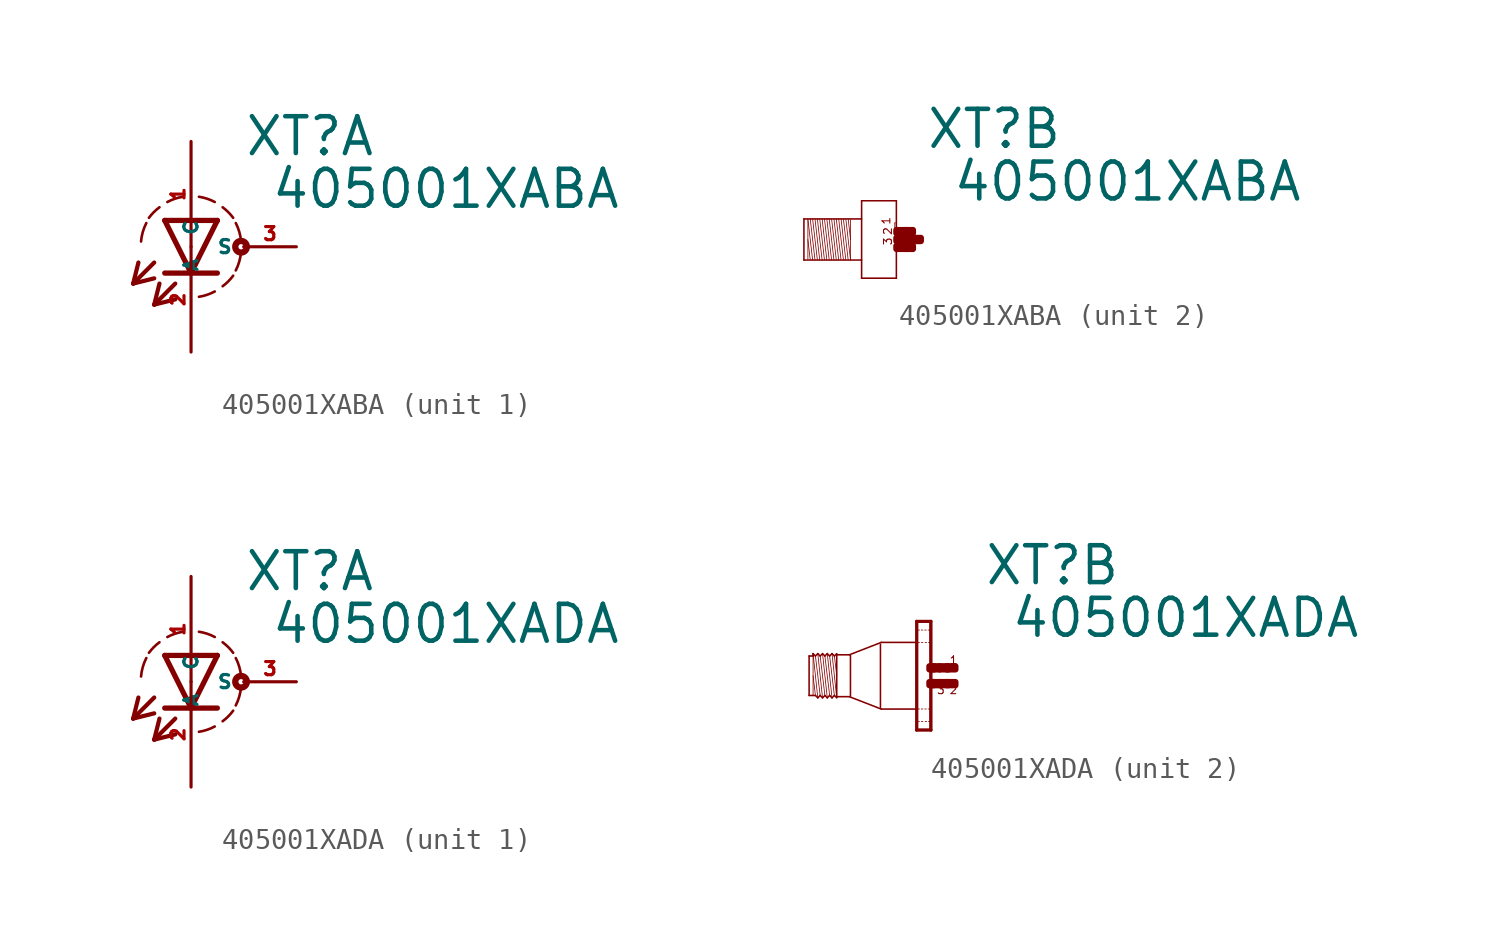
<source format=kicad_sym>
(kicad_symbol_lib
  (version 20220914)
  (generator Eagle2Kicad)
  (symbol "405001XABA"
    (property "Reference" "XT"
      (at 2.54 4.293 0)
      (effects (font (size 1.778 1.778) (thickness 0.22)) (justify left bottom)))
    (property "Value" "405001XABA"
      (at 3.81 1.753 0)
      (effects (font (size 1.778 1.778) (thickness 0.22)) (justify left bottom)))
    (symbol "405001XABA_1_0"
      (polyline (pts (xy -1.27 1.27) (xy 0 -1.27)) (stroke (width 0.254) (type default)) (fill (type none)))
      (polyline (pts (xy 0 -1.27) (xy 1.27 1.27)) (stroke (width 0.254) (type default)) (fill (type none)))
      (polyline (pts (xy 1.27 -1.27) (xy 0 -1.27)) (stroke (width 0.254) (type default)) (fill (type none)))
      (polyline (pts (xy 1.27 1.27) (xy -1.27 1.27)) (stroke (width 0.254) (type default)) (fill (type none)))
      (polyline (pts (xy 0 -1.27) (xy -1.27 -1.27)) (stroke (width 0.254) (type default)) (fill (type none)))
      (polyline (pts (xy -1.778 -0.762) (xy -2.794 -1.778)) (stroke (width 0.203) (type default)) (fill (type none)))
      (polyline (pts (xy -2.794 -1.778) (xy -1.778 -1.524)) (stroke (width 0.203) (type default)) (fill (type none)))
      (polyline (pts (xy -2.794 -1.778) (xy -2.54 -0.762)) (stroke (width 0.203) (type default)) (fill (type none)))
      (polyline (pts (xy -0.762 -1.778) (xy -1.778 -2.794)) (stroke (width 0.203) (type default)) (fill (type none)))
      (polyline (pts (xy -1.778 -2.794) (xy -0.762 -2.54)) (stroke (width 0.203) (type default)) (fill (type none)))
      (polyline (pts (xy -1.778 -2.794) (xy -1.524 -1.778)) (stroke (width 0.203) (type default)) (fill (type none)))
      (arc (start 0.381 -2.413) (mid 0.773 -2.318) (end 1.143 -2.159) (stroke (width 0.127) (type default)) (fill (type none)))
      (arc (start 2.159 -1.143) (mid 2.329 -0.711) (end 2.413 -0.254) (stroke (width 0.127) (type default)) (fill (type none)))
      (arc (start 2.413 0.254) (mid 2.329 0.711) (end 2.159 1.143) (stroke (width 0.127) (type default)) (fill (type none)))
      (arc (start 2.032 1.397) (mid 1.797 1.670) (end 1.524 1.905) (stroke (width 0.127) (type default)) (fill (type none)))
      (arc (start 1.143 2.159) (mid 0.773 2.318) (end 0.381 2.413) (stroke (width 0.127) (type default)) (fill (type none)))
      (arc (start 1.524 -1.905) (mid 1.797 -1.670) (end 2.032 -1.397) (stroke (width 0.127) (type default)) (fill (type none)))
      (arc (start -0.381 2.413) (mid -0.773 2.318) (end -1.143 2.159) (stroke (width 0.127) (type default)) (fill (type none)))
      (arc (start -1.524 1.905) (mid -1.797 1.670) (end -2.032 1.397) (stroke (width 0.127) (type default)) (fill (type none)))
      (arc (start -2.159 1.143) (mid -2.329 0.711) (end -2.413 0.254) (stroke (width 0.127) (type default)) (fill (type none)))
      (circle (center 2.413 0) (radius 0.127) (stroke (width 0.305) (type default)) (fill (type none)))
      (pin passive line (at 0 5.08 270) (length 5.08) (name "A" (effects (font (size 0.635 0.635) (thickness 0.08)) (justify left bottom))) (number "1" (effects (font (size 0.635 0.635) (thickness 0.08)) (justify left bottom))))
      (pin passive line (at 0 -5.08 90) (length 5.08) (name "C" (effects (font (size 0.635 0.635) (thickness 0.08)) (justify left bottom))) (number "2" (effects (font (size 0.635 0.635) (thickness 0.08)) (justify left bottom))))
      (pin passive line (at 5.08 0 180) (length 2.54) (name "S" (effects (font (size 0.635 0.635) (thickness 0.08)) (justify left bottom))) (number "3" (effects (font (size 0.635 0.635) (thickness 0.08)) (justify left bottom)))))
    (symbol "405001XABA_2_0"
      (polyline (pts (xy -1.067 0.953) (xy -1.067 0)) (stroke (width 0.038) (type default)) (fill (type none)))
      (polyline (pts (xy -1.067 0) (xy -1.067 -0.991)) (stroke (width 0.038) (type default)) (fill (type none)))
      (polyline (pts (xy -1.067 -0.991) (xy -1.295 0.991)) (stroke (width 0.038) (type default)) (fill (type none)))
      (polyline (pts (xy -1.181 0.991) (xy -1.067 0)) (stroke (width 0.038) (type default)) (fill (type none)))
      (polyline (pts (xy -1.181 -0.991) (xy -1.41 0.991)) (stroke (width 0.038) (type default)) (fill (type none)))
      (polyline (pts (xy -1.295 -0.991) (xy -1.524 0.991)) (stroke (width 0.038) (type default)) (fill (type none)))
      (polyline (pts (xy -1.41 -0.991) (xy -1.638 0.991)) (stroke (width 0.038) (type default)) (fill (type none)))
      (polyline (pts (xy -1.524 -0.991) (xy -1.753 0.991)) (stroke (width 0.038) (type default)) (fill (type none)))
      (polyline (pts (xy -1.638 -0.991) (xy -1.867 0.991)) (stroke (width 0.038) (type default)) (fill (type none)))
      (polyline (pts (xy -1.753 -0.991) (xy -1.981 0.991)) (stroke (width 0.038) (type default)) (fill (type none)))
      (polyline (pts (xy -1.867 -0.991) (xy -2.095 0.991)) (stroke (width 0.038) (type default)) (fill (type none)))
      (polyline (pts (xy -1.981 -0.991) (xy -2.21 0.991)) (stroke (width 0.038) (type default)) (fill (type none)))
      (polyline (pts (xy -2.095 -0.991) (xy -2.324 0.991)) (stroke (width 0.038) (type default)) (fill (type none)))
      (polyline (pts (xy -2.21 -0.991) (xy -2.438 0.991)) (stroke (width 0.038) (type default)) (fill (type none)))
      (polyline (pts (xy -2.324 -0.991) (xy -2.553 0.991)) (stroke (width 0.038) (type default)) (fill (type none)))
      (polyline (pts (xy -2.438 -0.991) (xy -2.667 0.991)) (stroke (width 0.038) (type default)) (fill (type none)))
      (polyline (pts (xy -2.553 -0.991) (xy -2.781 0.991)) (stroke (width 0.038) (type default)) (fill (type none)))
      (polyline (pts (xy -2.667 -0.991) (xy -2.896 0.991)) (stroke (width 0.038) (type default)) (fill (type none)))
      (polyline (pts (xy -2.781 -0.991) (xy -3.01 0.991)) (stroke (width 0.038) (type default)) (fill (type none)))
      (polyline (pts (xy -2.896 -0.991) (xy -3.124 0.991)) (stroke (width 0.038) (type default)) (fill (type none)))
      (polyline (pts (xy -3.124 0) (xy -3.01 -0.991)) (stroke (width 0.038) (type default)) (fill (type none)))
      (polyline (pts (xy -3.124 0.953) (xy -3.124 -0.953)) (stroke (width 0.038) (type default)) (fill (type none)))
      (polyline (pts (xy -3.315 -0.991) (xy -3.315 0.991)) (stroke (width 0.076) (type default)) (fill (type none)))
      (polyline (pts (xy -3.315 0.991) (xy -0.533 0.991)) (stroke (width 0.076) (type default)) (fill (type none)))
      (polyline (pts (xy -0.533 -0.991) (xy -3.315 -0.991)) (stroke (width 0.076) (type default)) (fill (type none)))
      (polyline (pts (xy -0.533 1.867) (xy -0.533 -1.867)) (stroke (width 0.076) (type default)) (fill (type none)))
      (polyline (pts (xy -0.533 -1.867) (xy 1.143 -1.867)) (stroke (width 0.076) (type default)) (fill (type none)))
      (polyline (pts (xy 1.143 -1.867) (xy 1.143 1.867)) (stroke (width 0.076) (type default)) (fill (type none)))
      (polyline (pts (xy 1.143 1.867) (xy -0.533 1.867)) (stroke (width 0.076) (type default)) (fill (type none)))
      (polyline (pts (xy 1.067 0.8) (xy 1.105 0.8)) (stroke (width 0.038) (type default)) (fill (type none)))
      (polyline (pts (xy 1.105 0.495) (xy 1.067 0.495)) (stroke (width 0.038) (type default)) (fill (type none)))
      (polyline (pts (xy 1.067 0.495) (xy 1.067 0.8)) (stroke (width 0.038) (type default)) (fill (type none)))
      (text "1" (at 0.876 0.686 1800) (effects (font (size 0.381 0.381) (thickness 0.05)) (justify left bottom)))
      (text "2" (at 0.953 0.191 1800) (effects (font (size 0.381 0.381) (thickness 0.05)) (justify left bottom)))
      (text "3" (at 0.953 -0.305 1800) (effects (font (size 0.381 0.381) (thickness 0.05)) (justify left bottom)))
      (rectangle (start 1.143 -0.457) (end 1.638 -0.305) (stroke (width 0.3) (type default)) (fill (type outline)))
      (rectangle (start 1.143 -0.076) (end 2.019 0.076) (stroke (width 0.3) (type default)) (fill (type outline)))
      (rectangle (start 1.6 -0.457) (end 1.943 -0.305) (stroke (width 0.3) (type default)) (fill (type outline)))
      (rectangle (start 1.981 -0.076) (end 2.324 0.076) (stroke (width 0.3) (type default)) (fill (type outline)))
      (rectangle (start 1.6 0.305) (end 1.943 0.457) (stroke (width 0.3) (type default)) (fill (type outline)))
      (rectangle (start 1.143 0.305) (end 1.638 0.457) (stroke (width 0.3) (type default)) (fill (type outline)))))
  (symbol "405001XADA"
    (property "Reference" "XT"
      (at 2.54 4.293 0)
      (effects (font (size 1.778 1.778) (thickness 0.22)) (justify left bottom)))
    (property "Value" "405001XADA"
      (at 3.81 1.753 0)
      (effects (font (size 1.778 1.778) (thickness 0.22)) (justify left bottom)))
    (symbol "405001XADA_1_0"
      (polyline (pts (xy -1.27 1.27) (xy 0 -1.27)) (stroke (width 0.254) (type default)) (fill (type none)))
      (polyline (pts (xy 0 -1.27) (xy 1.27 1.27)) (stroke (width 0.254) (type default)) (fill (type none)))
      (polyline (pts (xy 1.27 -1.27) (xy 0 -1.27)) (stroke (width 0.254) (type default)) (fill (type none)))
      (polyline (pts (xy 1.27 1.27) (xy -1.27 1.27)) (stroke (width 0.254) (type default)) (fill (type none)))
      (polyline (pts (xy 0 -1.27) (xy -1.27 -1.27)) (stroke (width 0.254) (type default)) (fill (type none)))
      (polyline (pts (xy -1.778 -0.762) (xy -2.794 -1.778)) (stroke (width 0.203) (type default)) (fill (type none)))
      (polyline (pts (xy -2.794 -1.778) (xy -1.778 -1.524)) (stroke (width 0.203) (type default)) (fill (type none)))
      (polyline (pts (xy -2.794 -1.778) (xy -2.54 -0.762)) (stroke (width 0.203) (type default)) (fill (type none)))
      (polyline (pts (xy -0.762 -1.778) (xy -1.778 -2.794)) (stroke (width 0.203) (type default)) (fill (type none)))
      (polyline (pts (xy -1.778 -2.794) (xy -0.762 -2.54)) (stroke (width 0.203) (type default)) (fill (type none)))
      (polyline (pts (xy -1.778 -2.794) (xy -1.524 -1.778)) (stroke (width 0.203) (type default)) (fill (type none)))
      (arc (start 0.381 -2.413) (mid 0.773 -2.318) (end 1.143 -2.159) (stroke (width 0.127) (type default)) (fill (type none)))
      (arc (start 2.159 -1.143) (mid 2.329 -0.711) (end 2.413 -0.254) (stroke (width 0.127) (type default)) (fill (type none)))
      (arc (start 2.413 0.254) (mid 2.329 0.711) (end 2.159 1.143) (stroke (width 0.127) (type default)) (fill (type none)))
      (arc (start 2.032 1.397) (mid 1.797 1.670) (end 1.524 1.905) (stroke (width 0.127) (type default)) (fill (type none)))
      (arc (start 1.143 2.159) (mid 0.773 2.318) (end 0.381 2.413) (stroke (width 0.127) (type default)) (fill (type none)))
      (arc (start 1.524 -1.905) (mid 1.797 -1.670) (end 2.032 -1.397) (stroke (width 0.127) (type default)) (fill (type none)))
      (arc (start -0.381 2.413) (mid -0.773 2.318) (end -1.143 2.159) (stroke (width 0.127) (type default)) (fill (type none)))
      (arc (start -1.524 1.905) (mid -1.797 1.670) (end -2.032 1.397) (stroke (width 0.127) (type default)) (fill (type none)))
      (arc (start -2.159 1.143) (mid -2.329 0.711) (end -2.413 0.254) (stroke (width 0.127) (type default)) (fill (type none)))
      (circle (center 2.413 0) (radius 0.127) (stroke (width 0.305) (type default)) (fill (type none)))
      (pin passive line (at 0 5.08 270) (length 5.08) (name "A" (effects (font (size 0.635 0.635) (thickness 0.08)) (justify left bottom))) (number "1" (effects (font (size 0.635 0.635) (thickness 0.08)) (justify left bottom))))
      (pin passive line (at 0 -5.08 90) (length 5.08) (name "C" (effects (font (size 0.635 0.635) (thickness 0.08)) (justify left bottom))) (number "2" (effects (font (size 0.635 0.635) (thickness 0.08)) (justify left bottom))))
      (pin passive line (at 5.08 0 180) (length 2.54) (name "S" (effects (font (size 0.635 0.635) (thickness 0.08)) (justify left bottom))) (number "3" (effects (font (size 0.635 0.635) (thickness 0.08)) (justify left bottom)))))
    (symbol "405001XADA_2_0"
      (polyline (pts (xy -4.548 -1.067) (xy -4.777 1.067)) (stroke (width 0.038) (type default)) (fill (type none)))
      (polyline (pts (xy -4.662 0.953) (xy -4.548 0)) (stroke (width 0.038) (type default)) (fill (type none)))
      (polyline (pts (xy -4.662 -0.953) (xy -4.891 0.953)) (stroke (width 0.038) (type default)) (fill (type none)))
      (polyline (pts (xy -4.777 -1.067) (xy -5.005 1.067)) (stroke (width 0.038) (type default)) (fill (type none)))
      (polyline (pts (xy -4.891 -0.953) (xy -5.12 0.953)) (stroke (width 0.038) (type default)) (fill (type none)))
      (polyline (pts (xy -5.005 -1.067) (xy -5.234 1.067)) (stroke (width 0.038) (type default)) (fill (type none)))
      (polyline (pts (xy -5.12 -0.953) (xy -5.348 0.953)) (stroke (width 0.038) (type default)) (fill (type none)))
      (polyline (pts (xy -5.234 -1.067) (xy -5.463 1.067)) (stroke (width 0.038) (type default)) (fill (type none)))
      (polyline (pts (xy -5.348 -0.953) (xy -5.577 0.953)) (stroke (width 0.038) (type default)) (fill (type none)))
      (polyline (pts (xy -5.463 -1.067) (xy -5.691 1.067)) (stroke (width 0.038) (type default)) (fill (type none)))
      (polyline (pts (xy -5.691 0) (xy -5.577 -0.953)) (stroke (width 0.038) (type default)) (fill (type none)))
      (polyline (pts (xy -5.691 1.029) (xy -5.691 0.953)) (stroke (width 0.038) (type default)) (fill (type none)))
      (polyline (pts (xy -5.691 0.953) (xy -5.691 -0.953)) (stroke (width 0.038) (type default)) (fill (type none)))
      (polyline (pts (xy -5.882 -0.953) (xy -5.882 0.953)) (stroke (width 0.076) (type default)) (fill (type none)))
      (polyline (pts (xy -5.882 0.953) (xy -5.691 0.953)) (stroke (width 0.076) (type default)) (fill (type none)))
      (polyline (pts (xy -5.691 0.953) (xy -5.691 1.067)) (stroke (width 0.076) (type default)) (fill (type none)))
      (polyline (pts (xy -5.691 1.067) (xy -5.577 0.953)) (stroke (width 0.076) (type default)) (fill (type none)))
      (polyline (pts (xy -5.577 0.953) (xy -5.463 1.067)) (stroke (width 0.076) (type default)) (fill (type none)))
      (polyline (pts (xy -5.463 1.067) (xy -5.348 0.953)) (stroke (width 0.076) (type default)) (fill (type none)))
      (polyline (pts (xy -5.348 0.953) (xy -5.234 1.067)) (stroke (width 0.076) (type default)) (fill (type none)))
      (polyline (pts (xy -5.234 1.067) (xy -5.12 0.953)) (stroke (width 0.076) (type default)) (fill (type none)))
      (polyline (pts (xy -5.12 0.953) (xy -5.005 1.067)) (stroke (width 0.076) (type default)) (fill (type none)))
      (polyline (pts (xy -4.777 1.067) (xy -4.662 0.953)) (stroke (width 0.076) (type default)) (fill (type none)))
      (polyline (pts (xy -4.662 0.953) (xy -4.548 1.067)) (stroke (width 0.076) (type default)) (fill (type none)))
      (polyline (pts (xy -4.548 -1.067) (xy -4.662 -0.953)) (stroke (width 0.076) (type default)) (fill (type none)))
      (polyline (pts (xy -4.662 -0.953) (xy -4.777 -1.067)) (stroke (width 0.076) (type default)) (fill (type none)))
      (polyline (pts (xy -4.777 -1.067) (xy -4.891 -0.953)) (stroke (width 0.076) (type default)) (fill (type none)))
      (polyline (pts (xy -4.891 -0.953) (xy -5.005 -1.067)) (stroke (width 0.076) (type default)) (fill (type none)))
      (polyline (pts (xy -5.005 -1.067) (xy -5.12 -0.953)) (stroke (width 0.076) (type default)) (fill (type none)))
      (polyline (pts (xy -5.12 -0.953) (xy -5.234 -1.067)) (stroke (width 0.076) (type default)) (fill (type none)))
      (polyline (pts (xy -5.234 -1.067) (xy -5.348 -0.953)) (stroke (width 0.076) (type default)) (fill (type none)))
      (polyline (pts (xy -5.348 -0.953) (xy -5.463 -1.067)) (stroke (width 0.076) (type default)) (fill (type none)))
      (polyline (pts (xy -5.463 -1.067) (xy -5.577 -0.953)) (stroke (width 0.076) (type default)) (fill (type none)))
      (polyline (pts (xy -5.577 -0.953) (xy -5.691 -0.953)) (stroke (width 0.076) (type default)) (fill (type none)))
      (polyline (pts (xy -5.691 -0.953) (xy -5.882 -0.953)) (stroke (width 0.076) (type default)) (fill (type none)))
      (polyline (pts (xy -4.548 1.029) (xy -4.548 1.01)) (stroke (width 0.076) (type default)) (fill (type none)))
      (polyline (pts (xy -4.548 1.01) (xy -4.548 -1.01)) (stroke (width 0.076) (type default)) (fill (type none)))
      (polyline (pts (xy -4.548 -1.01) (xy -4.548 -1.029)) (stroke (width 0.076) (type default)) (fill (type none)))
      (polyline (pts (xy -0.038 2.594) (xy -0.038 -2.594)) (stroke (width 0.076) (type default)) (fill (type none)))
      (polyline (pts (xy -0.038 -2.594) (xy -0.655 -2.594)) (stroke (width 0.076) (type default)) (fill (type none)))
      (polyline (pts (xy -0.655 -2.594) (xy -0.655 2.594)) (stroke (width 0.076) (type default)) (fill (type none)))
      (polyline (pts (xy -0.655 2.594) (xy -0.038 2.594)) (stroke (width 0.076) (type default)) (fill (type none)))
      (polyline (pts (xy -0.699 1.61) (xy -2.4 1.61)) (stroke (width 0.076) (type default)) (fill (type none)))
      (polyline (pts (xy -2.4 1.61) (xy -3.938 1.012)) (stroke (width 0.076) (type default)) (fill (type none)))
      (polyline (pts (xy -0.669 -1.61) (xy -2.4 -1.61)) (stroke (width 0.076) (type default)) (fill (type none)))
      (polyline (pts (xy -2.4 -1.61) (xy -3.938 -1.012)) (stroke (width 0.076) (type default)) (fill (type none)))
      (polyline (pts (xy -3.938 -1.01) (xy -4.548 -1.01)) (stroke (width 0.076) (type default)) (fill (type none)))
      (polyline (pts (xy -4.548 1.01) (xy -3.938 1.01)) (stroke (width 0.076) (type default)) (fill (type none)))
      (polyline (pts (xy -4.777 1.067) (xy -4.891 0.953)) (stroke (width 0.076) (type default)) (fill (type none)))
      (polyline (pts (xy -4.891 0.953) (xy -5.005 1.067)) (stroke (width 0.076) (type default)) (fill (type none)))
      (polyline (pts (xy 0 -2.625) (xy -0.69 -2.625)) (stroke (width 0) (type default)) (fill (type none)))
      (polyline (pts (xy 0 -2.625) (xy 0 2.625)) (stroke (width 0) (type default)) (fill (type none)))
      (polyline (pts (xy 0 2.625) (xy -0.69 2.625)) (stroke (width 0) (type default)) (fill (type none)))
      (polyline (pts (xy -0.69 2.625) (xy -0.69 -2.625)) (stroke (width 0) (type default)) (fill (type none)))
      (polyline (pts (xy -0.039 -1.605) (xy -0.135 -1.605)) (stroke (width 0.038) (type default)) (fill (type none)))
      (polyline (pts (xy -0.225 -1.605) (xy -0.3 -1.605)) (stroke (width 0.038) (type default)) (fill (type none)))
      (polyline (pts (xy -0.39 -1.605) (xy -0.465 -1.605)) (stroke (width 0.038) (type default)) (fill (type none)))
      (polyline (pts (xy -0.555 -1.605) (xy -0.633 -1.605)) (stroke (width 0.038) (type default)) (fill (type none)))
      (polyline (pts (xy -0.039 -2.205) (xy -0.12 -2.205)) (stroke (width 0.038) (type default)) (fill (type none)))
      (polyline (pts (xy -0.21 -2.205) (xy -0.285 -2.205)) (stroke (width 0.038) (type default)) (fill (type none)))
      (polyline (pts (xy -0.39 -2.205) (xy -0.465 -2.205)) (stroke (width 0.038) (type default)) (fill (type none)))
      (polyline (pts (xy -0.555 -2.205) (xy -0.633 -2.205)) (stroke (width 0.038) (type default)) (fill (type none)))
      (polyline (pts (xy -0.039 2.205) (xy -0.135 2.205)) (stroke (width 0.038) (type default)) (fill (type none)))
      (polyline (pts (xy -0.225 2.205) (xy -0.3 2.205)) (stroke (width 0.038) (type default)) (fill (type none)))
      (polyline (pts (xy -0.39 2.205) (xy -0.465 2.205)) (stroke (width 0.038) (type default)) (fill (type none)))
      (polyline (pts (xy -0.555 2.205) (xy -0.633 2.205)) (stroke (width 0.038) (type default)) (fill (type none)))
      (polyline (pts (xy -0.039 1.605) (xy -0.12 1.605)) (stroke (width 0.038) (type default)) (fill (type none)))
      (polyline (pts (xy -0.21 1.605) (xy -0.285 1.605)) (stroke (width 0.038) (type default)) (fill (type none)))
      (polyline (pts (xy -0.39 1.605) (xy -0.465 1.605)) (stroke (width 0.038) (type default)) (fill (type none)))
      (polyline (pts (xy -0.555 1.605) (xy -0.633 1.605)) (stroke (width 0.038) (type default)) (fill (type none)))
      (polyline (pts (xy -3.886 0.991) (xy -3.886 -0.991)) (stroke (width 0.076) (type default)) (fill (type none)))
      (polyline (pts (xy -2.438 1.524) (xy -2.438 -1.524)) (stroke (width 0.076) (type default)) (fill (type none)))
      (text "1" (at 0.876 0.533 0) (effects (font (size 0.381 0.381) (thickness 0.05)) (justify left bottom)))
      (text "3" (at 0.267 -0.914 0) (effects (font (size 0.381 0.381) (thickness 0.05)) (justify left bottom)))
      (text "2" (at 0.876 -0.914 0) (effects (font (size 0.381 0.381) (thickness 0.05)) (justify left bottom)))
      (rectangle (start 0.838 -0.457) (end 1.181 -0.305) (stroke (width 0.3) (type default)) (fill (type outline)))
      (rectangle (start 0.419 -0.457) (end 0.762 -0.305) (stroke (width 0.3) (type default)) (fill (type outline)))
      (rectangle (start 0.076 -0.457) (end 0.419 -0.305) (stroke (width 0.3) (type default)) (fill (type outline)))
      (rectangle (start -0.076 -0.457) (end 0.152 -0.305) (stroke (width 0.3) (type default)) (fill (type outline)))
      (rectangle (start 0.762 -0.457) (end 0.838 -0.305) (stroke (width 0.3) (type default)) (fill (type outline)))
      (rectangle (start 0.838 0.305) (end 1.181 0.457) (stroke (width 0.3) (type default)) (fill (type outline)))
      (rectangle (start 0.762 0.305) (end 0.838 0.457) (stroke (width 0.3) (type default)) (fill (type outline)))
      (rectangle (start 0.419 0.305) (end 0.762 0.457) (stroke (width 0.3) (type default)) (fill (type outline)))
      (rectangle (start 0.076 0.305) (end 0.419 0.457) (stroke (width 0.3) (type default)) (fill (type outline)))
      (rectangle (start -0.076 0.305) (end 0.152 0.457) (stroke (width 0.3) (type default)) (fill (type outline))))))
</source>
